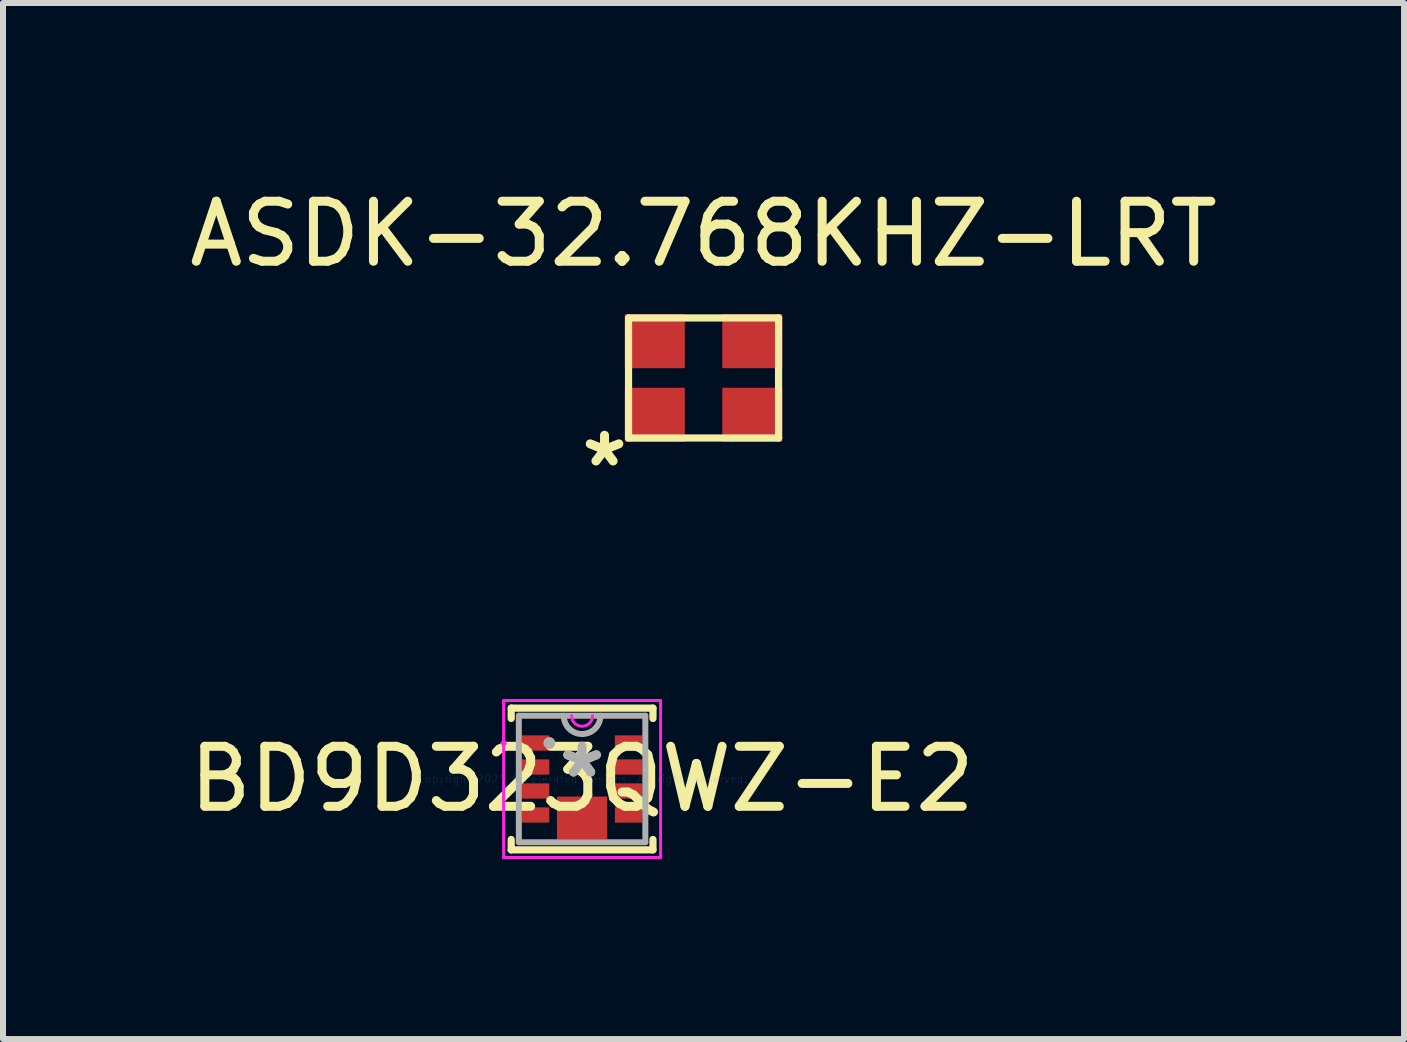
<source format=kicad_pcb>
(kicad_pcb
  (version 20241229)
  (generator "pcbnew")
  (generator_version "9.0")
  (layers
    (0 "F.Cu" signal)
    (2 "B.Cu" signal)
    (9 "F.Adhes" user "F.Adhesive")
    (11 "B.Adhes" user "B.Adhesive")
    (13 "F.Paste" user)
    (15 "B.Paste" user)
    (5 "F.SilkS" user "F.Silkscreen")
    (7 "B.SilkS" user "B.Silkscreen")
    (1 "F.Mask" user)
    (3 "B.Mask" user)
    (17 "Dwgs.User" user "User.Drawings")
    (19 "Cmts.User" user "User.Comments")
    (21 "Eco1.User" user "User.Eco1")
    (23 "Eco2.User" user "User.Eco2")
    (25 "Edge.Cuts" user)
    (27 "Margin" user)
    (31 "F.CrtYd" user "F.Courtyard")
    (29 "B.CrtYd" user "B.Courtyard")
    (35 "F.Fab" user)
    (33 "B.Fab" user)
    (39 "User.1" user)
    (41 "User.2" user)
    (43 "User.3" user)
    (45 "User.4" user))
  (footprint "ASDK-32.768KHZ-LRT"
    (layer "F.Cu")
    (at 8.673 3.248)
    (property "Reference" "ASDK-32.768KHZ-LRT" (at 0 -2.4 0) (layer "F.SilkS") (effects (font (size 1 1) (thickness 0.15))))
    (attr through_hole)
    (fp_line (start -1.25 -1) (end 1.25 -1) (stroke (width 0.12) (type solid)) (layer "F.SilkS"))
    (fp_line (start -1.25 1) (end -1.25 -1) (stroke (width 0.12) (type solid)) (layer "F.SilkS"))
    (fp_line (start 1.25 -1) (end 1.25 1) (stroke (width 0.12) (type solid)) (layer "F.SilkS"))
    (fp_line (start 1.25 1) (end -1.25 1) (stroke (width 0.12) (type solid)) (layer "F.SilkS"))
    (fp_text user "*" (at -1.65 1.5 0) (layer "F.SilkS") (effects (font (size 1 1) (thickness 0.15))))
    (pad "1" smd rect (at -0.812 0.613) (size 1 0.9) (layers "F.Cu" "F.Mask" "F.Paste"))
    (pad "2" smd rect (at 0.812 0.613) (size 1 0.9) (layers "F.Cu" "F.Mask" "F.Paste"))
    (pad "3" smd rect (at 0.812 -0.613) (size 1 0.9) (layers "F.Cu" "F.Mask" "F.Paste"))
    (pad "4" smd rect (at -0.812 -0.613) (size 1 0.9) (layers "F.Cu" "F.Mask" "F.Paste")))
  (footprint "BD9D323QWZ-E2"
    (layer "F.Cu")
    (at 6.649 9.93)
    (property "Reference" "BD9D323QWZ-E2" (at 0 0 0) (layer "F.SilkS") (effects (font (size 1 1) (thickness 0.15))))
    (attr through_hole)
    (fp_line (start -1.181 -1.181) (end -1.181 -1.008) (stroke (width 0.12) (type solid)) (layer "F.SilkS"))
    (fp_line (start -1.181 1.008) (end -1.181 1.181) (stroke (width 0.12) (type solid)) (layer "F.SilkS"))
    (fp_line (start -1.181 1.181) (end 1.181 1.181) (stroke (width 0.12) (type solid)) (layer "F.SilkS"))
    (fp_line (start 1.181 -1.181) (end -1.181 -1.181) (stroke (width 0.12) (type solid)) (layer "F.SilkS"))
    (fp_line (start 1.181 -1.008) (end 1.181 -1.181) (stroke (width 0.12) (type solid)) (layer "F.SilkS"))
    (fp_line (start 1.181 1.181) (end 1.181 1.008) (stroke (width 0.12) (type solid)) (layer "F.SilkS"))
    (fp_line (start -1.308 -1.308) (end 1.308 -1.308) (stroke (width 0.05) (type solid)) (layer "F.CrtYd"))
    (fp_line (start -1.308 -0.981) (end -1.308 -1.308) (stroke (width 0.05) (type solid)) (layer "F.CrtYd"))
    (fp_line (start -1.308 -0.981) (end -1.308 -0.981) (stroke (width 0.05) (type solid)) (layer "F.CrtYd"))
    (fp_line (start -1.308 0.981) (end -1.308 -0.981) (stroke (width 0.05) (type solid)) (layer "F.CrtYd"))
    (fp_line (start -1.308 0.981) (end -1.308 0.981) (stroke (width 0.05) (type solid)) (layer "F.CrtYd"))
    (fp_line (start -1.308 1.308) (end -1.308 0.981) (stroke (width 0.05) (type solid)) (layer "F.CrtYd"))
    (fp_line (start 1.308 -1.308) (end 1.308 -0.981) (stroke (width 0.05) (type solid)) (layer "F.CrtYd"))
    (fp_line (start 1.308 -0.981) (end 1.308 -0.981) (stroke (width 0.05) (type solid)) (layer "F.CrtYd"))
    (fp_line (start 1.308 -0.981) (end 1.308 0.981) (stroke (width 0.05) (type solid)) (layer "F.CrtYd"))
    (fp_line (start 1.308 0.981) (end 1.308 0.981) (stroke (width 0.05) (type solid)) (layer "F.CrtYd"))
    (fp_line (start 1.308 0.981) (end 1.308 1.308) (stroke (width 0.05) (type solid)) (layer "F.CrtYd"))
    (fp_line (start 1.308 1.308) (end -1.308 1.308) (stroke (width 0.05) (type solid)) (layer "F.CrtYd"))
    (fp_arc (start 0.175683 -1.0541) (mid 0 -0.878417) (end -0.175683 -1.0541) (stroke (width 0.05) (type solid)) (layer "F.CrtYd"))
    (fp_circle (center -1.305 -0.6) (end -1.305 -0.6) (stroke (width 0.05) (type solid)) (fill no) (layer "F.CrtYd"))
    (fp_line (start -1.054 -1.054) (end -1.054 1.054) (stroke (width 0.1) (type solid)) (layer "F.Fab"))
    (fp_line (start -1.054 1.054) (end 1.054 1.054) (stroke (width 0.1) (type solid)) (layer "F.Fab"))
    (fp_line (start 1.054 -1.054) (end -1.054 -1.054) (stroke (width 0.1) (type solid)) (layer "F.Fab"))
    (fp_line (start 1.054 1.054) (end 1.054 -1.054) (stroke (width 0.1) (type solid)) (layer "F.Fab"))
    (fp_arc (start 0.3048 -1.0541) (mid 0 -0.7493) (end -0.3048 -1.0541) (stroke (width 0.1) (type solid)) (layer "F.Fab"))
    (fp_circle (center -0.546 -0.6) (end -0.546 -0.6) (stroke (width 0.1) (type solid)) (fill no) (layer "F.Fab"))
    (fp_text user "*" (at 0 0 0) (layer "F.SilkS") (effects (font (size 1 1) (thickness 0.15))))
    (fp_text user "Copyright 2021 Accelerated Designs. All rights reserved." (at 0 0 0) (layer "Cmts.User") (effects (font (size 0.127 0.127) (thickness 0.002))))
    (fp_text user "*" (at 0 0 0) (layer "F.Fab") (effects (font (size 1 1) (thickness 0.15))))
    (pad "1" smd rect (at -0.775 -0.6) (size 0.457 0.254) (layers "F.Cu" "F.Mask" "F.Paste"))
    (pad "2" smd rect (at -0.775 -0.2) (size 0.457 0.254) (layers "F.Cu" "F.Mask" "F.Paste"))
    (pad "3" smd rect (at -0.775 0.2) (size 0.457 0.254) (layers "F.Cu" "F.Mask" "F.Paste"))
    (pad "4" smd rect (at -0.775 0.6) (size 0.457 0.254) (layers "F.Cu" "F.Mask" "F.Paste"))
    (pad "5" smd rect (at 0.775 0.6) (size 0.457 0.254) (layers "F.Cu" "F.Mask" "F.Paste"))
    (pad "6" smd rect (at 0.775 0.2) (size 0.457 0.254) (layers "F.Cu" "F.Mask" "F.Paste"))
    (pad "7" smd rect (at 0.775 -0.2) (size 0.457 0.254) (layers "F.Cu" "F.Mask" "F.Paste"))
    (pad "8" smd rect (at 0.775 -0.6) (size 0.457 0.254) (layers "F.Cu" "F.Mask" "F.Paste"))
    (pad "9" smd rect (at 0 0.648) (size 0.838 0.711) (layers "F.Cu" "F.Mask" "F.Paste")))
  (gr_rect
    (start -3 -3)
    (end 20.345 14.263)
    (stroke (width 0.1) (type default))
    (fill no)
    (layer "Edge.Cuts")))
</source>
